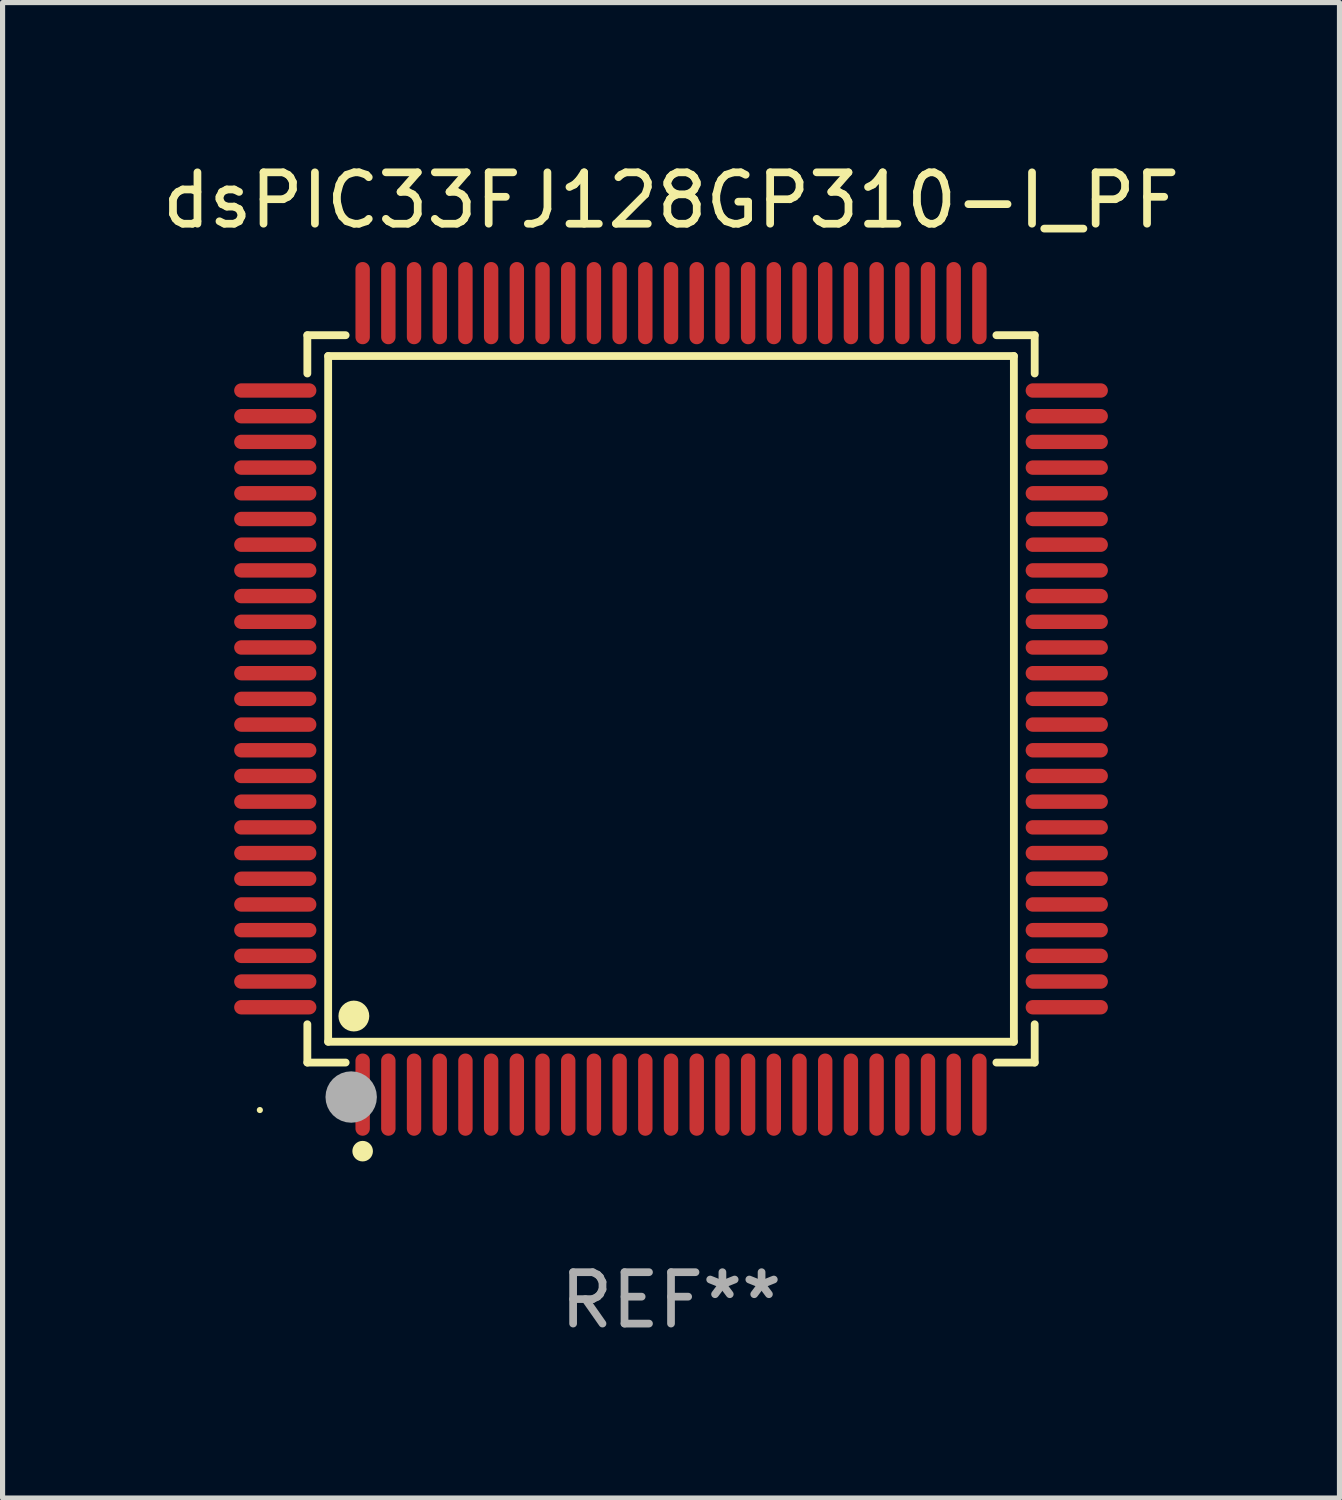
<source format=kicad_pcb>
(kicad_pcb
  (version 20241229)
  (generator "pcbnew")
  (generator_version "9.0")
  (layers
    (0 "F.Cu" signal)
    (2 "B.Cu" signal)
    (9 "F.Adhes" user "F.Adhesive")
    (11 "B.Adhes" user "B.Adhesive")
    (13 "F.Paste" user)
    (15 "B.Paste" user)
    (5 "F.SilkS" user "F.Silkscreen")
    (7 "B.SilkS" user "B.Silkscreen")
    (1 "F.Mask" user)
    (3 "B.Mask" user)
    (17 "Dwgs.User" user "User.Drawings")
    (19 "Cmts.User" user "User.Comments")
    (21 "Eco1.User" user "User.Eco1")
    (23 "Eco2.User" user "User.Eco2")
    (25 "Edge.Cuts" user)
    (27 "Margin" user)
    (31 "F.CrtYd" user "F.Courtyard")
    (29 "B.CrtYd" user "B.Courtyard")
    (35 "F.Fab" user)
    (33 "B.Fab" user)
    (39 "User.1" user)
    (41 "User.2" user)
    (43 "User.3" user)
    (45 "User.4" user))
  (footprint "dsPIC33FJ128GP310-I_PF"
    (layer "F.Cu")
    (at 10.006 10.548)
    (property "Reference" "dsPIC33FJ128GP310-I_PF" (at 0 -9.7 0) (layer "F.SilkS") (effects (font (size 1 1) (thickness 0.15))))
    (attr through_hole)
    (fp_line (start -7.076 -7.076) (end -6.331 -7.076) (stroke (width 0.152) (type solid)) (layer "F.SilkS"))
    (fp_line (start -7.076 -6.331) (end -7.076 -7.076) (stroke (width 0.152) (type solid)) (layer "F.SilkS"))
    (fp_line (start -7.076 6.331) (end -7.076 7.076) (stroke (width 0.152) (type solid)) (layer "F.SilkS"))
    (fp_line (start -7.076 7.076) (end -6.331 7.076) (stroke (width 0.152) (type solid)) (layer "F.SilkS"))
    (fp_line (start -6.671 -6.671) (end 6.671 -6.671) (stroke (width 0.152) (type solid)) (layer "F.SilkS"))
    (fp_line (start -6.671 6.671) (end -6.671 -6.671) (stroke (width 0.152) (type solid)) (layer "F.SilkS"))
    (fp_line (start 6.671 -6.671) (end 6.671 6.671) (stroke (width 0.152) (type solid)) (layer "F.SilkS"))
    (fp_line (start 6.671 6.671) (end -6.671 6.671) (stroke (width 0.152) (type solid)) (layer "F.SilkS"))
    (fp_line (start 7.076 -7.076) (end 6.331 -7.076) (stroke (width 0.152) (type solid)) (layer "F.SilkS"))
    (fp_line (start 7.076 -6.331) (end 7.076 -7.076) (stroke (width 0.152) (type solid)) (layer "F.SilkS"))
    (fp_line (start 7.076 6.331) (end 7.076 7.076) (stroke (width 0.152) (type solid)) (layer "F.SilkS"))
    (fp_line (start 7.076 7.076) (end 6.331 7.076) (stroke (width 0.152) (type solid)) (layer "F.SilkS"))
    (fp_circle (center -8 8) (end -7.97 8) (stroke (width 0.06) (type solid)) (fill no) (layer "F.SilkS"))
    (fp_circle (center -6.171 6.171) (end -6.021 6.171) (stroke (width 0.3) (type solid)) (fill no) (layer "F.SilkS"))
    (fp_circle (center -6 8.8) (end -5.9 8.8) (stroke (width 0.2) (type solid)) (fill no) (layer "F.SilkS"))
    (fp_circle (center -6.223 7.747) (end -5.973 7.747) (stroke (width 0.5) (type solid)) (fill no) (layer "F.Fab"))
    (fp_text user "REF**" (at 0 11.7 0) (layer "F.Fab") (effects (font (size 1 1) (thickness 0.15))))
    (pad "1" smd oval (at -6 7.7) (size 0.28 1.6) (layers "F.Cu" "F.Mask" "F.Paste"))
    (pad "2" smd oval (at -5.5 7.7) (size 0.28 1.6) (layers "F.Cu" "F.Mask" "F.Paste"))
    (pad "3" smd oval (at -5 7.7) (size 0.28 1.6) (layers "F.Cu" "F.Mask" "F.Paste"))
    (pad "4" smd oval (at -4.5 7.7) (size 0.28 1.6) (layers "F.Cu" "F.Mask" "F.Paste"))
    (pad "5" smd oval (at -4 7.7) (size 0.28 1.6) (layers "F.Cu" "F.Mask" "F.Paste"))
    (pad "6" smd oval (at -3.5 7.7) (size 0.28 1.6) (layers "F.Cu" "F.Mask" "F.Paste"))
    (pad "7" smd oval (at -3 7.7) (size 0.28 1.6) (layers "F.Cu" "F.Mask" "F.Paste"))
    (pad "8" smd oval (at -2.5 7.7) (size 0.28 1.6) (layers "F.Cu" "F.Mask" "F.Paste"))
    (pad "9" smd oval (at -2 7.7) (size 0.28 1.6) (layers "F.Cu" "F.Mask" "F.Paste"))
    (pad "10" smd oval (at -1.5 7.7) (size 0.28 1.6) (layers "F.Cu" "F.Mask" "F.Paste"))
    (pad "11" smd oval (at -1 7.7) (size 0.28 1.6) (layers "F.Cu" "F.Mask" "F.Paste"))
    (pad "12" smd oval (at -0.5 7.7) (size 0.28 1.6) (layers "F.Cu" "F.Mask" "F.Paste"))
    (pad "13" smd oval (at 0 7.7) (size 0.28 1.6) (layers "F.Cu" "F.Mask" "F.Paste"))
    (pad "14" smd oval (at 0.5 7.7) (size 0.28 1.6) (layers "F.Cu" "F.Mask" "F.Paste"))
    (pad "15" smd oval (at 1 7.7) (size 0.28 1.6) (layers "F.Cu" "F.Mask" "F.Paste"))
    (pad "16" smd oval (at 1.5 7.7) (size 0.28 1.6) (layers "F.Cu" "F.Mask" "F.Paste"))
    (pad "17" smd oval (at 2 7.7) (size 0.28 1.6) (layers "F.Cu" "F.Mask" "F.Paste"))
    (pad "18" smd oval (at 2.5 7.7) (size 0.28 1.6) (layers "F.Cu" "F.Mask" "F.Paste"))
    (pad "19" smd oval (at 3 7.7) (size 0.28 1.6) (layers "F.Cu" "F.Mask" "F.Paste"))
    (pad "20" smd oval (at 3.5 7.7) (size 0.28 1.6) (layers "F.Cu" "F.Mask" "F.Paste"))
    (pad "21" smd oval (at 4 7.7) (size 0.28 1.6) (layers "F.Cu" "F.Mask" "F.Paste"))
    (pad "22" smd oval (at 4.5 7.7) (size 0.28 1.6) (layers "F.Cu" "F.Mask" "F.Paste"))
    (pad "23" smd oval (at 5 7.7) (size 0.28 1.6) (layers "F.Cu" "F.Mask" "F.Paste"))
    (pad "24" smd oval (at 5.5 7.7) (size 0.28 1.6) (layers "F.Cu" "F.Mask" "F.Paste"))
    (pad "25" smd oval (at 6 7.7) (size 0.28 1.6) (layers "F.Cu" "F.Mask" "F.Paste"))
    (pad "26" smd oval (at 7.7 6) (size 1.6 0.28) (layers "F.Cu" "F.Mask" "F.Paste"))
    (pad "27" smd oval (at 7.7 5.5) (size 1.6 0.28) (layers "F.Cu" "F.Mask" "F.Paste"))
    (pad "28" smd oval (at 7.7 5) (size 1.6 0.28) (layers "F.Cu" "F.Mask" "F.Paste"))
    (pad "29" smd oval (at 7.7 4.5) (size 1.6 0.28) (layers "F.Cu" "F.Mask" "F.Paste"))
    (pad "30" smd oval (at 7.7 4) (size 1.6 0.28) (layers "F.Cu" "F.Mask" "F.Paste"))
    (pad "31" smd oval (at 7.7 3.5) (size 1.6 0.28) (layers "F.Cu" "F.Mask" "F.Paste"))
    (pad "32" smd oval (at 7.7 3) (size 1.6 0.28) (layers "F.Cu" "F.Mask" "F.Paste"))
    (pad "33" smd oval (at 7.7 2.5) (size 1.6 0.28) (layers "F.Cu" "F.Mask" "F.Paste"))
    (pad "34" smd oval (at 7.7 2) (size 1.6 0.28) (layers "F.Cu" "F.Mask" "F.Paste"))
    (pad "35" smd oval (at 7.7 1.5) (size 1.6 0.28) (layers "F.Cu" "F.Mask" "F.Paste"))
    (pad "36" smd oval (at 7.7 1) (size 1.6 0.28) (layers "F.Cu" "F.Mask" "F.Paste"))
    (pad "37" smd oval (at 7.7 0.5) (size 1.6 0.28) (layers "F.Cu" "F.Mask" "F.Paste"))
    (pad "38" smd oval (at 7.7 0) (size 1.6 0.28) (layers "F.Cu" "F.Mask" "F.Paste"))
    (pad "39" smd oval (at 7.7 -0.5) (size 1.6 0.28) (layers "F.Cu" "F.Mask" "F.Paste"))
    (pad "40" smd oval (at 7.7 -1) (size 1.6 0.28) (layers "F.Cu" "F.Mask" "F.Paste"))
    (pad "41" smd oval (at 7.7 -1.5) (size 1.6 0.28) (layers "F.Cu" "F.Mask" "F.Paste"))
    (pad "42" smd oval (at 7.7 -2) (size 1.6 0.28) (layers "F.Cu" "F.Mask" "F.Paste"))
    (pad "43" smd oval (at 7.7 -2.5) (size 1.6 0.28) (layers "F.Cu" "F.Mask" "F.Paste"))
    (pad "44" smd oval (at 7.7 -3) (size 1.6 0.28) (layers "F.Cu" "F.Mask" "F.Paste"))
    (pad "45" smd oval (at 7.7 -3.5) (size 1.6 0.28) (layers "F.Cu" "F.Mask" "F.Paste"))
    (pad "46" smd oval (at 7.7 -4) (size 1.6 0.28) (layers "F.Cu" "F.Mask" "F.Paste"))
    (pad "47" smd oval (at 7.7 -4.5) (size 1.6 0.28) (layers "F.Cu" "F.Mask" "F.Paste"))
    (pad "48" smd oval (at 7.7 -5) (size 1.6 0.28) (layers "F.Cu" "F.Mask" "F.Paste"))
    (pad "49" smd oval (at 7.7 -5.5) (size 1.6 0.28) (layers "F.Cu" "F.Mask" "F.Paste"))
    (pad "50" smd oval (at 7.7 -6) (size 1.6 0.28) (layers "F.Cu" "F.Mask" "F.Paste"))
    (pad "51" smd oval (at 6 -7.7) (size 0.28 1.6) (layers "F.Cu" "F.Mask" "F.Paste"))
    (pad "52" smd oval (at 5.5 -7.7) (size 0.28 1.6) (layers "F.Cu" "F.Mask" "F.Paste"))
    (pad "53" smd oval (at 5 -7.7) (size 0.28 1.6) (layers "F.Cu" "F.Mask" "F.Paste"))
    (pad "54" smd oval (at 4.5 -7.7) (size 0.28 1.6) (layers "F.Cu" "F.Mask" "F.Paste"))
    (pad "55" smd oval (at 4 -7.7) (size 0.28 1.6) (layers "F.Cu" "F.Mask" "F.Paste"))
    (pad "56" smd oval (at 3.5 -7.7) (size 0.28 1.6) (layers "F.Cu" "F.Mask" "F.Paste"))
    (pad "57" smd oval (at 3 -7.7) (size 0.28 1.6) (layers "F.Cu" "F.Mask" "F.Paste"))
    (pad "58" smd oval (at 2.5 -7.7) (size 0.28 1.6) (layers "F.Cu" "F.Mask" "F.Paste"))
    (pad "59" smd oval (at 2 -7.7) (size 0.28 1.6) (layers "F.Cu" "F.Mask" "F.Paste"))
    (pad "60" smd oval (at 1.5 -7.7) (size 0.28 1.6) (layers "F.Cu" "F.Mask" "F.Paste"))
    (pad "61" smd oval (at 1 -7.7) (size 0.28 1.6) (layers "F.Cu" "F.Mask" "F.Paste"))
    (pad "62" smd oval (at 0.5 -7.7) (size 0.28 1.6) (layers "F.Cu" "F.Mask" "F.Paste"))
    (pad "63" smd oval (at 0 -7.7) (size 0.28 1.6) (layers "F.Cu" "F.Mask" "F.Paste"))
    (pad "64" smd oval (at -0.5 -7.7) (size 0.28 1.6) (layers "F.Cu" "F.Mask" "F.Paste"))
    (pad "65" smd oval (at -1 -7.7) (size 0.28 1.6) (layers "F.Cu" "F.Mask" "F.Paste"))
    (pad "66" smd oval (at -1.5 -7.7) (size 0.28 1.6) (layers "F.Cu" "F.Mask" "F.Paste"))
    (pad "67" smd oval (at -2 -7.7) (size 0.28 1.6) (layers "F.Cu" "F.Mask" "F.Paste"))
    (pad "68" smd oval (at -2.5 -7.7) (size 0.28 1.6) (layers "F.Cu" "F.Mask" "F.Paste"))
    (pad "69" smd oval (at -3 -7.7) (size 0.28 1.6) (layers "F.Cu" "F.Mask" "F.Paste"))
    (pad "70" smd oval (at -3.5 -7.7) (size 0.28 1.6) (layers "F.Cu" "F.Mask" "F.Paste"))
    (pad "71" smd oval (at -4 -7.7) (size 0.28 1.6) (layers "F.Cu" "F.Mask" "F.Paste"))
    (pad "72" smd oval (at -4.5 -7.7) (size 0.28 1.6) (layers "F.Cu" "F.Mask" "F.Paste"))
    (pad "73" smd oval (at -5 -7.7) (size 0.28 1.6) (layers "F.Cu" "F.Mask" "F.Paste"))
    (pad "74" smd oval (at -5.5 -7.7) (size 0.28 1.6) (layers "F.Cu" "F.Mask" "F.Paste"))
    (pad "75" smd oval (at -6 -7.7) (size 0.28 1.6) (layers "F.Cu" "F.Mask" "F.Paste"))
    (pad "76" smd oval (at -7.7 -6) (size 1.6 0.28) (layers "F.Cu" "F.Mask" "F.Paste"))
    (pad "77" smd oval (at -7.7 -5.5) (size 1.6 0.28) (layers "F.Cu" "F.Mask" "F.Paste"))
    (pad "78" smd oval (at -7.7 -5) (size 1.6 0.28) (layers "F.Cu" "F.Mask" "F.Paste"))
    (pad "79" smd oval (at -7.7 -4.5) (size 1.6 0.28) (layers "F.Cu" "F.Mask" "F.Paste"))
    (pad "80" smd oval (at -7.7 -4) (size 1.6 0.28) (layers "F.Cu" "F.Mask" "F.Paste"))
    (pad "81" smd oval (at -7.7 -3.5) (size 1.6 0.28) (layers "F.Cu" "F.Mask" "F.Paste"))
    (pad "82" smd oval (at -7.7 -3) (size 1.6 0.28) (layers "F.Cu" "F.Mask" "F.Paste"))
    (pad "83" smd oval (at -7.7 -2.5) (size 1.6 0.28) (layers "F.Cu" "F.Mask" "F.Paste"))
    (pad "84" smd oval (at -7.7 -2) (size 1.6 0.28) (layers "F.Cu" "F.Mask" "F.Paste"))
    (pad "85" smd oval (at -7.7 -1.5) (size 1.6 0.28) (layers "F.Cu" "F.Mask" "F.Paste"))
    (pad "86" smd oval (at -7.7 -1) (size 1.6 0.28) (layers "F.Cu" "F.Mask" "F.Paste"))
    (pad "87" smd oval (at -7.7 -0.5) (size 1.6 0.28) (layers "F.Cu" "F.Mask" "F.Paste"))
    (pad "88" smd oval (at -7.7 0) (size 1.6 0.28) (layers "F.Cu" "F.Mask" "F.Paste"))
    (pad "89" smd oval (at -7.7 0.5) (size 1.6 0.28) (layers "F.Cu" "F.Mask" "F.Paste"))
    (pad "90" smd oval (at -7.7 1) (size 1.6 0.28) (layers "F.Cu" "F.Mask" "F.Paste"))
    (pad "91" smd oval (at -7.7 1.5) (size 1.6 0.28) (layers "F.Cu" "F.Mask" "F.Paste"))
    (pad "92" smd oval (at -7.7 2) (size 1.6 0.28) (layers "F.Cu" "F.Mask" "F.Paste"))
    (pad "93" smd oval (at -7.7 2.5) (size 1.6 0.28) (layers "F.Cu" "F.Mask" "F.Paste"))
    (pad "94" smd oval (at -7.7 3) (size 1.6 0.28) (layers "F.Cu" "F.Mask" "F.Paste"))
    (pad "95" smd oval (at -7.7 3.5) (size 1.6 0.28) (layers "F.Cu" "F.Mask" "F.Paste"))
    (pad "96" smd oval (at -7.7 4) (size 1.6 0.28) (layers "F.Cu" "F.Mask" "F.Paste"))
    (pad "97" smd oval (at -7.7 4.5) (size 1.6 0.28) (layers "F.Cu" "F.Mask" "F.Paste"))
    (pad "98" smd oval (at -7.7 5) (size 1.6 0.28) (layers "F.Cu" "F.Mask" "F.Paste"))
    (pad "99" smd oval (at -7.7 5.5) (size 1.6 0.28) (layers "F.Cu" "F.Mask" "F.Paste"))
    (pad "100" smd oval (at -7.7 6) (size 1.6 0.28) (layers "F.Cu" "F.Mask" "F.Paste")))
  (gr_rect
    (start -3 -3)
    (end 23.012 26.097)
    (stroke (width 0.1) (type default))
    (fill no)
    (layer "Edge.Cuts")))
</source>
